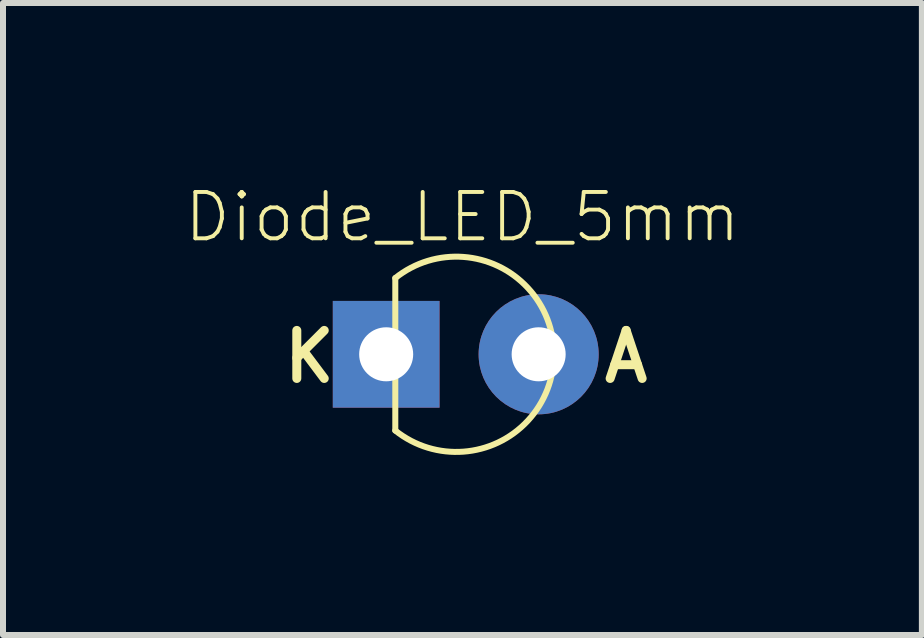
<source format=kicad_pcb>
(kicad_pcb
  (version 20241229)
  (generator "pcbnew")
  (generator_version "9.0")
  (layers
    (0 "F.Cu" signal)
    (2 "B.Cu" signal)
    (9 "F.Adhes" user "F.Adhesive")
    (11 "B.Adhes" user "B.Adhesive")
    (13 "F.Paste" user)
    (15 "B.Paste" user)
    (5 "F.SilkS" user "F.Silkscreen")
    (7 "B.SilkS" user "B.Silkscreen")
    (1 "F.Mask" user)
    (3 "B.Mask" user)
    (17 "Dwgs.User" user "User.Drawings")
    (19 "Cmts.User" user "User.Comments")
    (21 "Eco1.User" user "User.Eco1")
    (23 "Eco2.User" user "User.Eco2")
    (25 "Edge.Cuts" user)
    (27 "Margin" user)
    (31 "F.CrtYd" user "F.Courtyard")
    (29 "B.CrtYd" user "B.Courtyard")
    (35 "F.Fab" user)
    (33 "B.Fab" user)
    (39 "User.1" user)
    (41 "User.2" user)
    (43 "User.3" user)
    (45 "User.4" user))
  (footprint "Diode_LED_5mm"
    (layer "F.Cu")
    (at 4.653 2.852)
    (property "Reference" "Diode_LED_5mm" (at 0 -2.286 0) (layer "F.SilkS") (effects (font (size 0.772 0.772) (thickness 0.065))))
    (attr through_hole)
    (fp_line (start -1.118 1.27) (end -1.118 -1.27) (stroke (width 0.1) (type default)) (layer "F.SilkS"))
    (fp_arc (start -1.118394 -1.27) (mid 1.524 0) (end -1.118394 1.27) (stroke (width 0.1) (type default)) (layer "F.SilkS"))
    (fp_text user "K" (at -3.048 0.508 0) (unlocked yes) (layer "F.SilkS") (effects (font (size 0.8 0.8) (thickness 0.15) (bold yes)) (justify left bottom)))
    (fp_text user "A" (at 2.286 0.508 0) (unlocked yes) (layer "F.SilkS") (effects (font (size 0.8 0.8) (thickness 0.15) (bold yes)) (justify left bottom)))
    (pad "1" thru_hole rect (at -1.27 0) (size 1.778 1.778) (drill 0.9) (layers "*.Cu" "*.Mask"))
    (pad "2" thru_hole circle (at 1.27 0) (size 2 2) (drill 0.9) (layers "*.Cu" "*.Mask")))
  (gr_rect
    (start -3 -3)
    (end 12.307 7.528)
    (stroke (width 0.1) (type default))
    (fill no)
    (layer "Edge.Cuts")))
</source>
